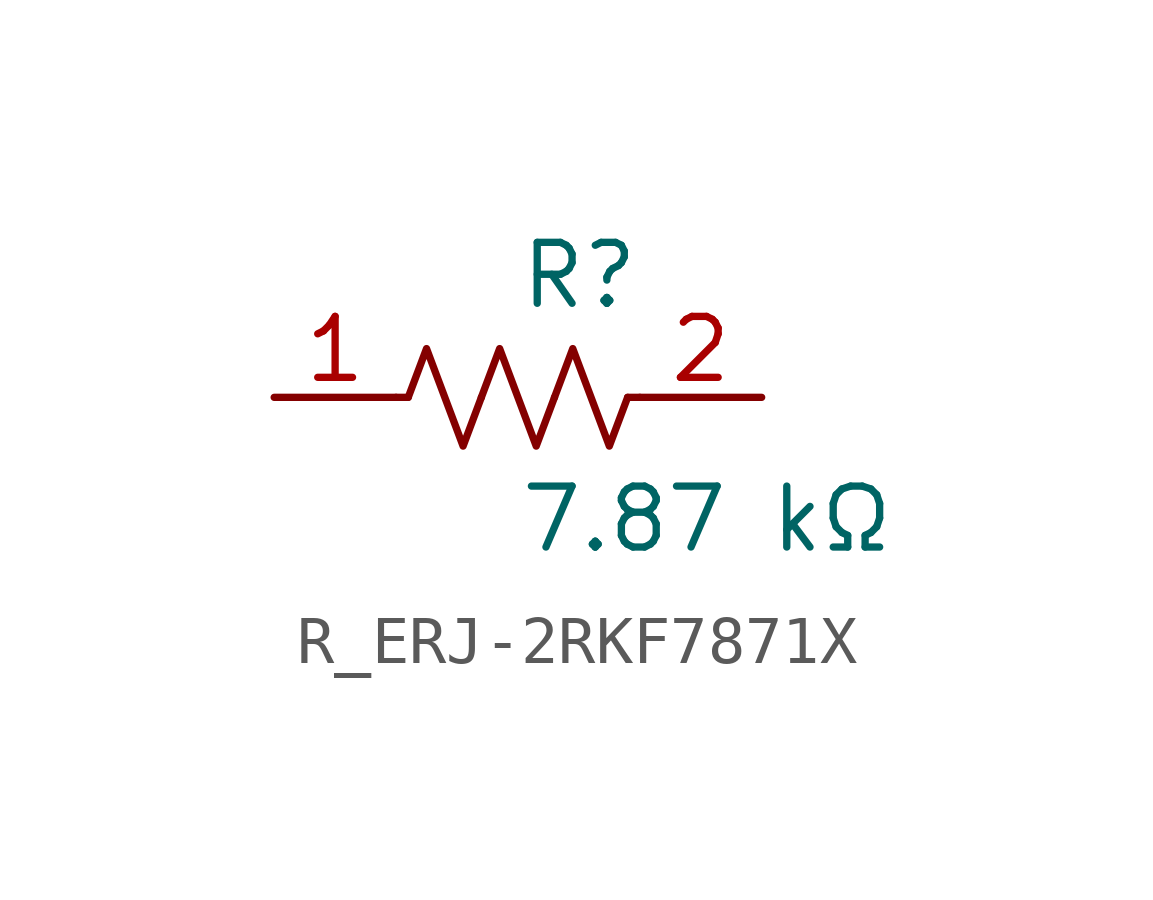
<source format=kicad_sym>
(kicad_symbol_lib
  (version 20231120)
  (generator kicad_symbol_editor)
  (generator_version 8.0)
  (symbol "R_ERJ-2RKF7871X"
    (pin_names
      (offset 0.254))
    (property "Reference" "R"
      (at 0 2.54 0)
      (effects (font (size 1.27 1.27)) (justify left)))
    (property "Value" "7.87 kΩ"
      (at 0 -2.54 0)
      (effects (font (size 1.27 1.27)) (justify left)))
    (symbol "R_ERJ-2RKF7871X_0_1"
      (polyline (pts (xy 2.286 0) (xy 2.54 0)) (stroke (width 0) (type default)) (fill (type none)))
      (polyline (pts (xy -2.286 0) (xy -2.54 0)) (stroke (width 0) (type default)) (fill (type none)))
      (polyline (pts (xy 0.762 0) (xy 1.143 1.016) (xy 1.524 0) (xy 1.905 -1.016) (xy 2.286 0)) (stroke (width 0) (type default)) (fill (type none)))
      (polyline (pts (xy -0.762 0) (xy -0.381 1.016) (xy 0 0) (xy 0.381 -1.016) (xy 0.762 0)) (stroke (width 0) (type default)) (fill (type none)))
      (polyline (pts (xy -2.286 0) (xy -1.905 1.016) (xy -1.524 0) (xy -1.143 -1.016) (xy -0.762 0)) (stroke (width 0) (type default)) (fill (type none))))
    (pin unspecified line
      (at -5.08 0 0)
      (length 2.54)
      (name "" (effects (font (size 1.27 1.27))))
      (number "1" (effects (font (size 1.27 1.27)))))
    (pin unspecified line
      (at 5.08 0 180)
      (length 2.54)
      (name "" (effects (font (size 1.27 1.27))))
      (number "2" (effects (font (size 1.27 1.27)))))))
</source>
